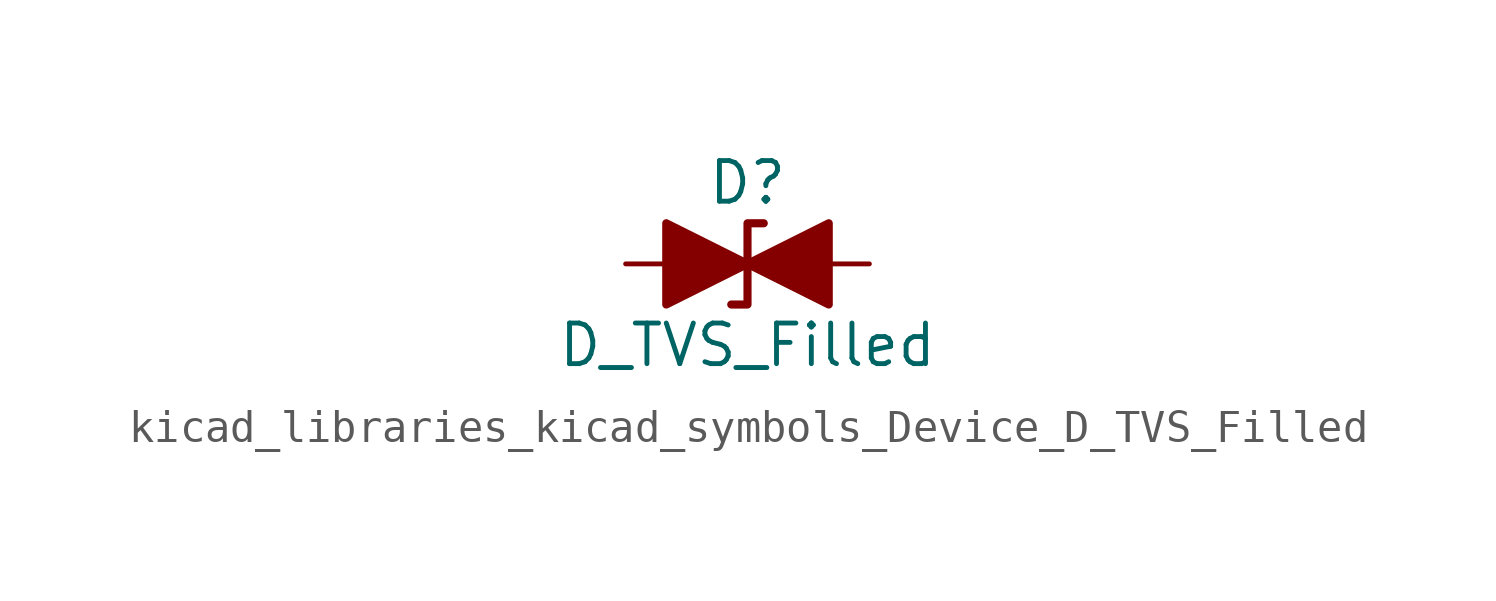
<source format=kicad_sym>
(kicad_symbol_lib
  (version 20220914)
  (generator kicad_symbol_editor)
  (symbol "kicad_libraries_kicad_symbols_Device_D_TVS_Filled"
    (pin_numbers hide)
    (pin_names
      (offset 1.016) hide)
    (property "Reference" "D"
      (at 0 2.54 0)
      (effects (font (size 1.27 1.27))))
    (property "Value" "D_TVS_Filled"
      (at 0 -2.54 0)
      (effects (font (size 1.27 1.27))))
    (symbol "kicad_libraries_kicad_symbols_Device_D_TVS_Filled_0_1"
      (polyline (pts (xy 1.27 0) (xy -1.27 0)) (stroke (width 0) (type default)) (fill (type none)))
      (polyline (pts (xy -2.54 -1.27) (xy 0 0) (xy -2.54 1.27) (xy -2.54 -1.27)) (stroke (width 0.254) (type default)) (fill (type outline)))
      (polyline (pts (xy 0.508 1.27) (xy 0 1.27) (xy 0 -1.27) (xy -0.508 -1.27)) (stroke (width 0.254) (type default)) (fill (type none)))
      (polyline (pts (xy 2.54 1.27) (xy 2.54 -1.27) (xy 0 0) (xy 2.54 1.27)) (stroke (width 0.254) (type default)) (fill (type outline))))
    (symbol "kicad_libraries_kicad_symbols_Device_D_TVS_Filled_1_1"
      (pin passive line (at -3.81 0 0) (length 2.54) (name "A1" (effects (font (size 1.27 1.27)))) (number "1" (effects (font (size 1.27 1.27)))))
      (pin passive line (at 3.81 0 180) (length 2.54) (name "A2" (effects (font (size 1.27 1.27)))) (number "2" (effects (font (size 1.27 1.27))))))))
</source>
